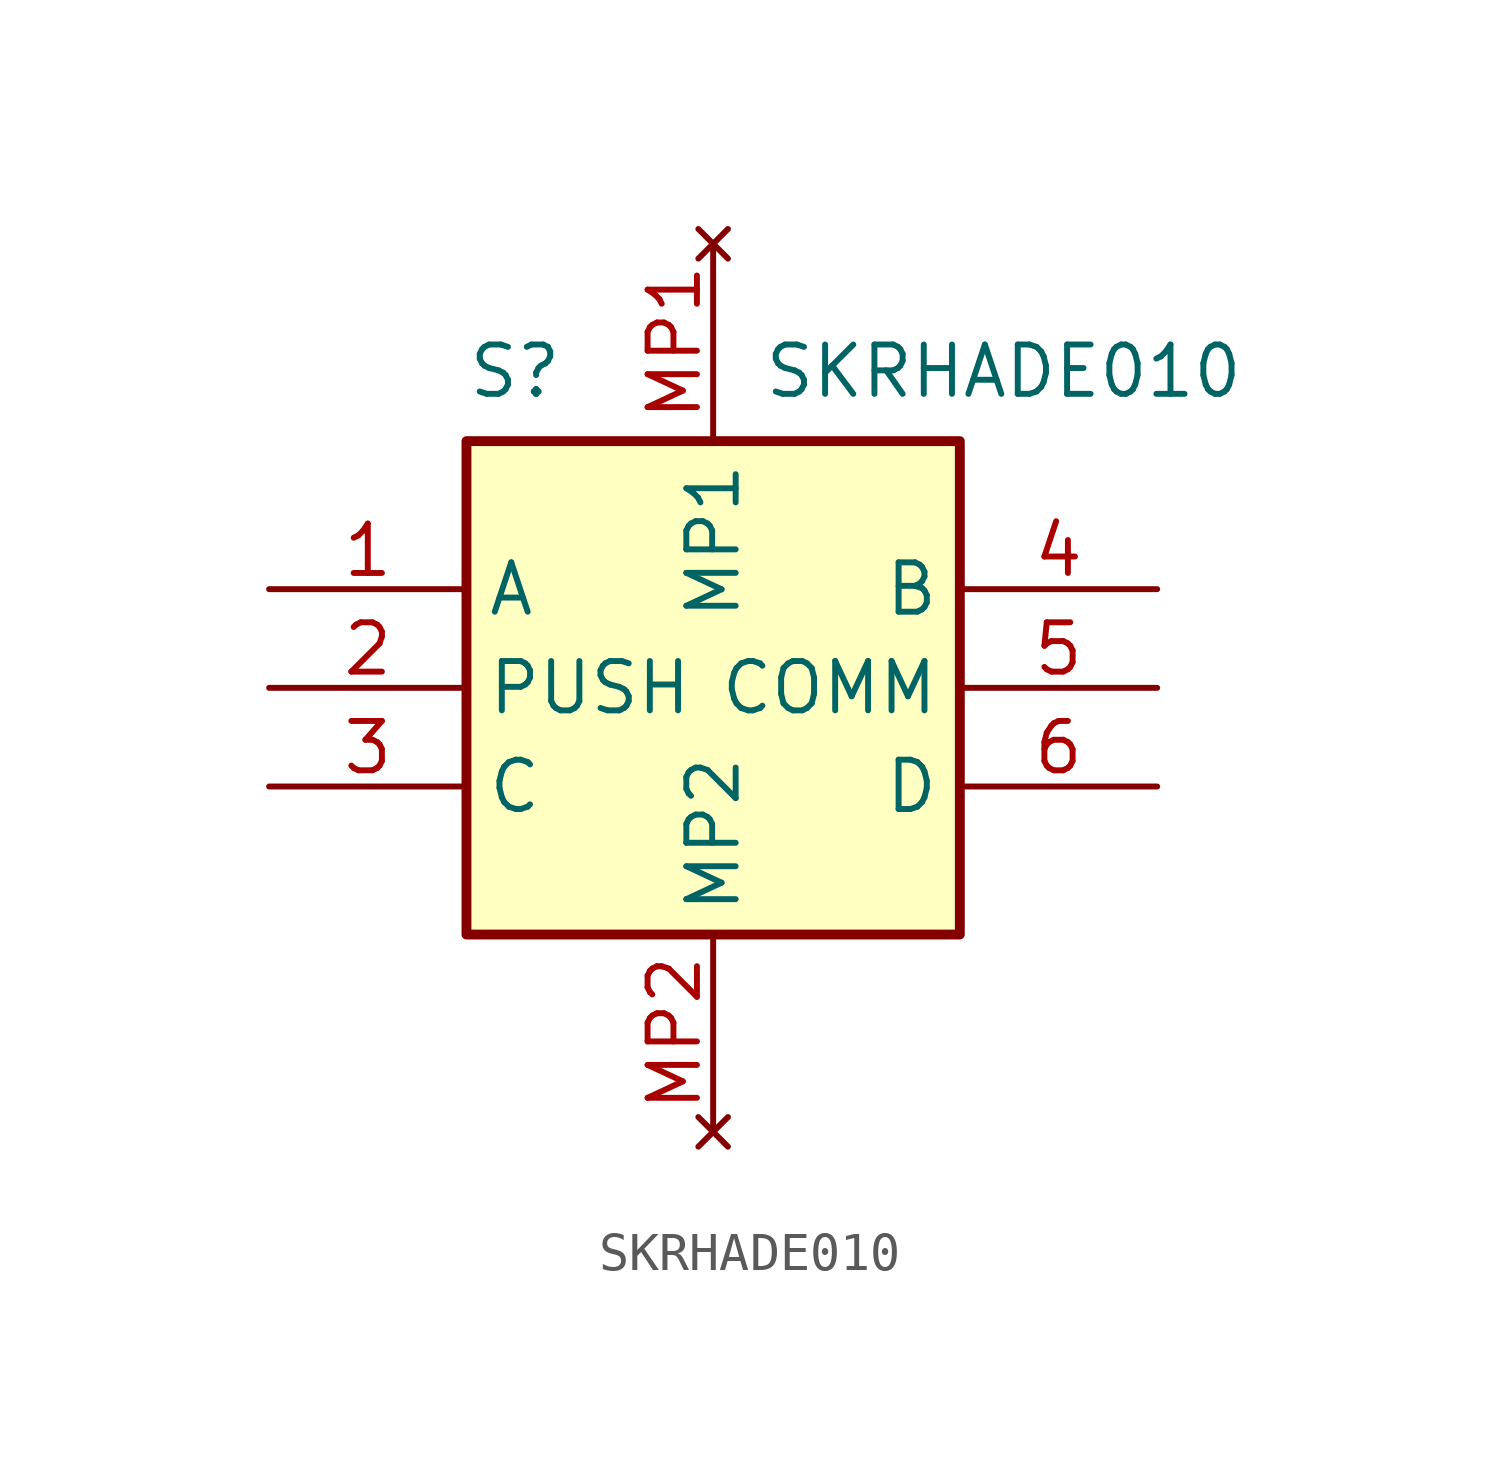
<source format=kicad_sym>
(kicad_symbol_lib
  (version 20220914)
  (generator kicad_symbol_editor)
  (symbol "SKRHADE010"
    (property "Reference" "S"
      (at -6.35 8.89 0)
      (effects (font (size 1.27 1.27)) (justify left top)))
    (property "Value" "SKRHADE010"
      (at 1.27 8.89 0)
      (effects (font (size 1.27 1.27)) (justify left top)))
    (symbol "SKRHADE010_1_1"
      (rectangle (start -6.35 6.35) (end 6.35 -6.35) (stroke (width 0.254) (type default)) (fill (type background)))
      (pin passive line (at -11.43 2.54 0) (length 5.08) (name "A" (effects (font (size 1.27 1.27)))) (number "1" (effects (font (size 1.27 1.27)))))
      (pin passive line (at -11.43 0 0) (length 5.08) (name "PUSH" (effects (font (size 1.27 1.27)))) (number "2" (effects (font (size 1.27 1.27)))))
      (pin passive line (at -11.43 -2.54 0) (length 5.08) (name "C" (effects (font (size 1.27 1.27)))) (number "3" (effects (font (size 1.27 1.27)))))
      (pin passive line (at 11.43 2.54 180) (length 5.08) (name "B" (effects (font (size 1.27 1.27)))) (number "4" (effects (font (size 1.27 1.27)))))
      (pin passive line (at 11.43 0 180) (length 5.08) (name "COMM" (effects (font (size 1.27 1.27)))) (number "5" (effects (font (size 1.27 1.27)))))
      (pin passive line (at 11.43 -2.54 180) (length 5.08) (name "D" (effects (font (size 1.27 1.27)))) (number "6" (effects (font (size 1.27 1.27)))))
      (pin no_connect line (at 0 11.43 270) (length 5.08) (name "MP1" (effects (font (size 1.27 1.27)))) (number "MP1" (effects (font (size 1.27 1.27)))))
      (pin no_connect line (at 0 -11.43 90) (length 5.08) (name "MP2" (effects (font (size 1.27 1.27)))) (number "MP2" (effects (font (size 1.27 1.27))))))))
</source>
